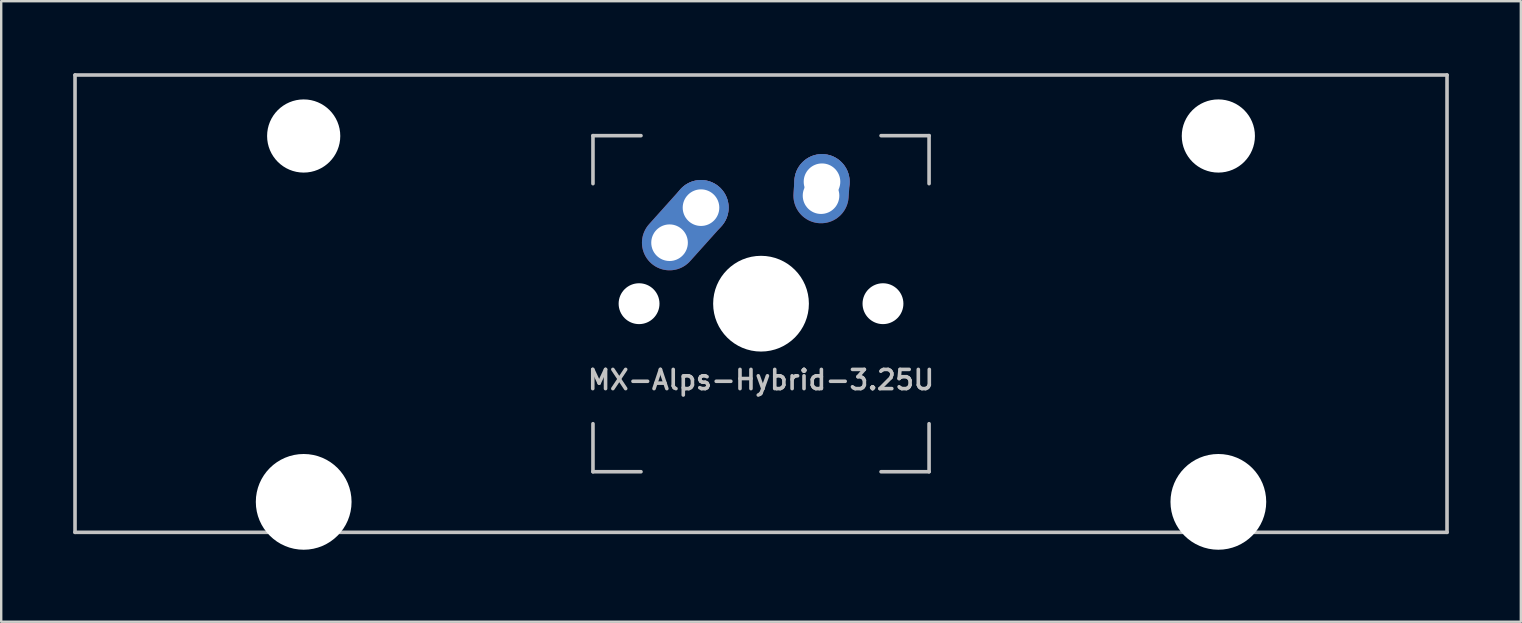
<source format=kicad_pcb>
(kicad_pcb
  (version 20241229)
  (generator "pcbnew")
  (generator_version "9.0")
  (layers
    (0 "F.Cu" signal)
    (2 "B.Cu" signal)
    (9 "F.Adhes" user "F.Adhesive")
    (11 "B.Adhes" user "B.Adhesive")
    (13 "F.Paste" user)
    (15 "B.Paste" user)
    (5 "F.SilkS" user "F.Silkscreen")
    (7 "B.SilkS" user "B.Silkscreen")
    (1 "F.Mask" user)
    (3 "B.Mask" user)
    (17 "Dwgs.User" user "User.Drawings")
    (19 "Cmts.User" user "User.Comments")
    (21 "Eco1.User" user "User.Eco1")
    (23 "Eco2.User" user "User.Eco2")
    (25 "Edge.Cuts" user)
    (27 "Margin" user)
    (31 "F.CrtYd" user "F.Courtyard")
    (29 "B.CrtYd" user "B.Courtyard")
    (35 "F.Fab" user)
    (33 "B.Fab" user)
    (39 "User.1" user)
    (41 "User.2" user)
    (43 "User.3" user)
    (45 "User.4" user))
  (footprint "MX-Alps-Hybrid-3.25U"
    (layer "F.Cu")
    (at 28.65 9.6)
    (property "Reference" "MX-Alps-Hybrid-3.25U" (at 0 3.175 0) (layer "Dwgs.User") (effects (font (size 0.8 0.8) (thickness 0.15))))
    (attr through_hole)
    (fp_line (start -28.575 9.525) (end -28.575 -9.525) (stroke (width 0.15) (type solid)) (layer "Dwgs.User"))
    (fp_line (start -7 -7) (end -7 -5) (stroke (width 0.15) (type solid)) (layer "Dwgs.User"))
    (fp_line (start -7 5) (end -7 7) (stroke (width 0.15) (type solid)) (layer "Dwgs.User"))
    (fp_line (start -7 7) (end -5 7) (stroke (width 0.15) (type solid)) (layer "Dwgs.User"))
    (fp_line (start -5 -7) (end -7 -7) (stroke (width 0.15) (type solid)) (layer "Dwgs.User"))
    (fp_line (start 5 -7) (end 7 -7) (stroke (width 0.15) (type solid)) (layer "Dwgs.User"))
    (fp_line (start 5 7) (end 7 7) (stroke (width 0.15) (type solid)) (layer "Dwgs.User"))
    (fp_line (start 7 -7) (end 7 -5) (stroke (width 0.15) (type solid)) (layer "Dwgs.User"))
    (fp_line (start 7 7) (end 7 5) (stroke (width 0.15) (type solid)) (layer "Dwgs.User"))
    (fp_line (start 28.575 -9.525) (end -28.575 -9.525) (stroke (width 0.15) (type solid)) (layer "Dwgs.User"))
    (fp_line (start 28.575 9.525) (end -28.575 9.525) (stroke (width 0.15) (type solid)) (layer "Dwgs.User"))
    (fp_line (start 28.575 9.525) (end 28.575 -9.525) (stroke (width 0.15) (type solid)) (layer "Dwgs.User"))
    (pad "" np_thru_hole circle (at -19.05 -6.985) (size 3.048 3.048) (drill 3.048) (layers "*.Cu" "*.Mask"))
    (pad "" np_thru_hole circle (at -19.05 8.255) (size 3.988 3.988) (drill 3.988) (layers "*.Cu" "*.Mask"))
    (pad "" np_thru_hole circle (at -5.08 0 48.099) (size 1.702 1.702) (drill 1.702) (layers "*.Cu" "*.Mask"))
    (pad "" np_thru_hole circle (at 0 0) (size 3.988 3.988) (drill 3.988) (layers "*.Cu" "*.Mask"))
    (pad "" np_thru_hole circle (at 5.08 0 48.099) (size 1.702 1.702) (drill 1.702) (layers "*.Cu" "*.Mask"))
    (pad "" np_thru_hole circle (at 19.05 -6.985) (size 3.048 3.048) (drill 3.048) (layers "*.Cu" "*.Mask"))
    (pad "" np_thru_hole circle (at 19.05 8.255) (size 3.988 3.988) (drill 3.988) (layers "*.Cu" "*.Mask"))
    (pad "1" thru_hole oval (at -3.81 -2.54 48.099) (size 4.262 2.3) (drill 1.524 (offset 0.981 0)) (layers "*.Cu" "B.Mask"))
    (pad "1" thru_hole circle (at -2.5 -4) (size 2.3 2.3) (drill 1.524) (layers "*.Cu" "B.Mask"))
    (pad "2" thru_hole oval (at 2.5 -4.5 86.054) (size 2.881 2.3) (drill 1.524 (offset 0.291 0)) (layers "*.Cu" "B.Mask"))
    (pad "2" thru_hole circle (at 2.54 -5.08) (size 2.3 2.3) (drill 1.524) (layers "*.Cu" "B.Mask")))
  (gr_rect
    (start -3 -3)
    (end 60.3 22.849)
    (stroke (width 0.1) (type default))
    (fill no)
    (layer "Edge.Cuts")))
</source>
